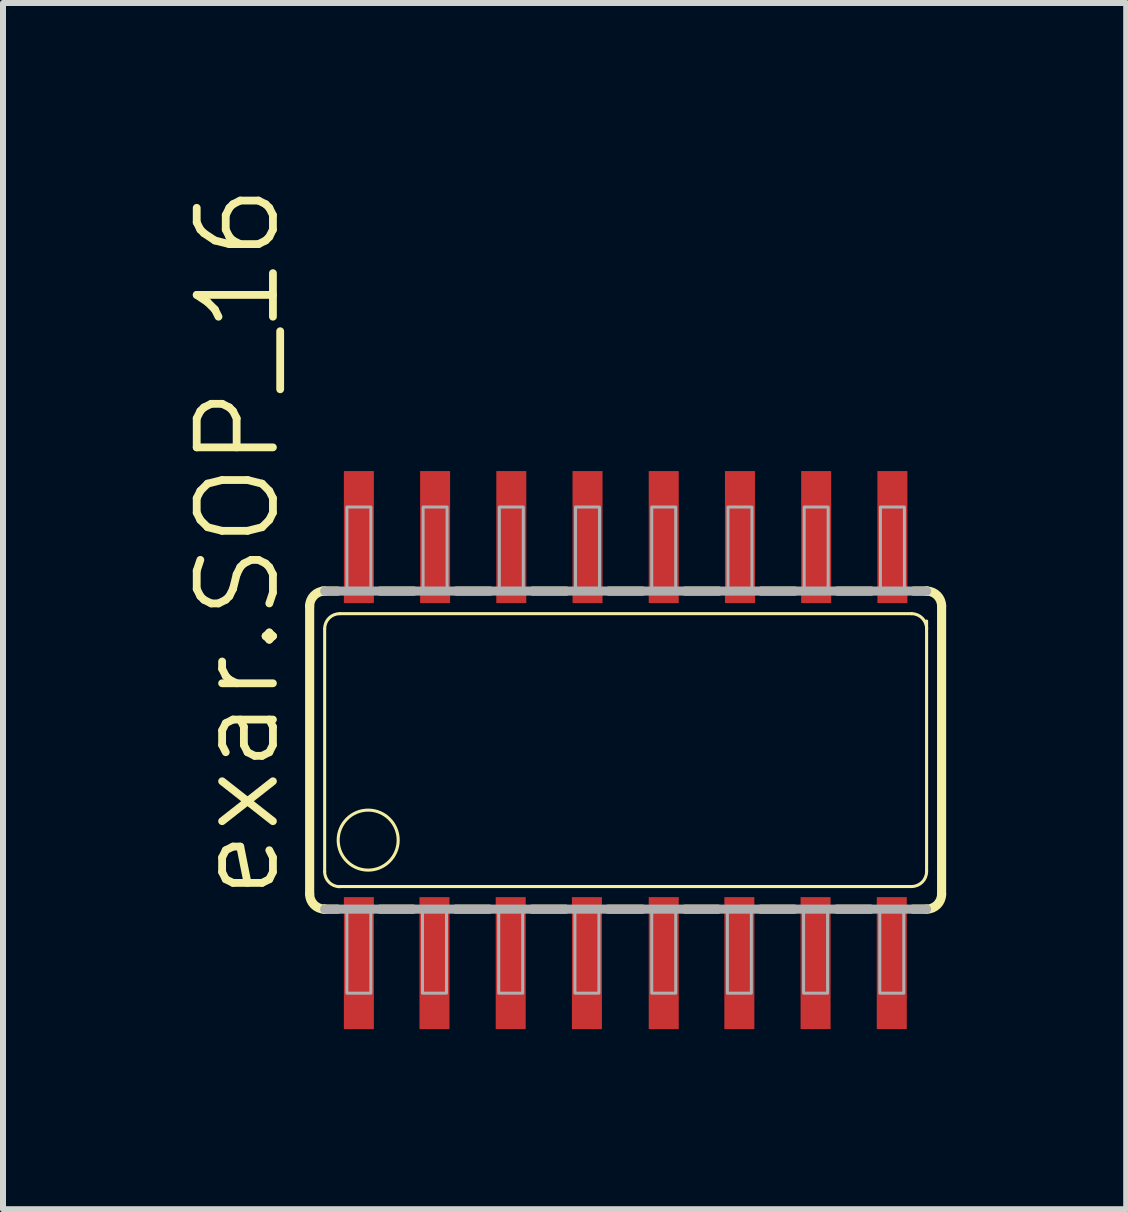
<source format=kicad_pcb>
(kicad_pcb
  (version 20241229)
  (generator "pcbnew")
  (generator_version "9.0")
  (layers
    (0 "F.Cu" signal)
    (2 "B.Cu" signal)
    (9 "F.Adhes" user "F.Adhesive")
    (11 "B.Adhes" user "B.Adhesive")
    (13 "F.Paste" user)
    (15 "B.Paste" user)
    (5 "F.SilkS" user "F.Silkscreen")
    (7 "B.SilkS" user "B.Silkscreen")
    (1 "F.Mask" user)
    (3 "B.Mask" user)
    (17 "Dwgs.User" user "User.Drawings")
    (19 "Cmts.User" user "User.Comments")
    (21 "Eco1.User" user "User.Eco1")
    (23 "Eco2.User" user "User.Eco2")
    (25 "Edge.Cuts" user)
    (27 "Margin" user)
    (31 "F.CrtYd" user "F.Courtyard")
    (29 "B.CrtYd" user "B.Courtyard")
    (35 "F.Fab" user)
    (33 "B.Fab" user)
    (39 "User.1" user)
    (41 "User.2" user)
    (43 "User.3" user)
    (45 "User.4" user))
  (footprint "exar.SOP_16"
    (layer "F.Cu")
    (at 7.375 9.449)
    (property "Reference" "exar.SOP_16" (at -5.715 2.54 90) (layer "F.SilkS") (effects (font (size 1.27 1.27) (thickness 0.13)) (justify left bottom)))
    (attr smd)
    (fp_line (start -5.265 2.4) (end -5.265 -2.4) (stroke (width 0.152) (type default)) (layer "F.SilkS"))
    (fp_line (start -5.05 -2.65) (end -4.801 -2.65) (stroke (width 0.152) (type default)) (layer "F.SilkS"))
    (fp_line (start -5.02 2.65) (end -4.801 2.65) (stroke (width 0.152) (type default)) (layer "F.SilkS"))
    (fp_line (start -5.015 2.026) (end -5.015 -2.023) (stroke (width 0.051) (type default)) (layer "F.SilkS"))
    (fp_line (start -4.764 -2.273) (end 4.765 -2.273) (stroke (width 0.051) (type default)) (layer "F.SilkS"))
    (fp_line (start -4.089 -2.65) (end -3.531 -2.65) (stroke (width 0.152) (type default)) (layer "F.SilkS"))
    (fp_line (start -4.089 2.65) (end -3.541 2.65) (stroke (width 0.152) (type default)) (layer "F.SilkS"))
    (fp_line (start -2.829 2.65) (end -2.271 2.65) (stroke (width 0.152) (type default)) (layer "F.SilkS"))
    (fp_line (start -2.819 -2.65) (end -2.261 -2.65) (stroke (width 0.152) (type default)) (layer "F.SilkS"))
    (fp_line (start -1.559 2.65) (end -1.001 2.65) (stroke (width 0.152) (type default)) (layer "F.SilkS"))
    (fp_line (start -1.549 -2.65) (end -0.991 -2.65) (stroke (width 0.152) (type default)) (layer "F.SilkS"))
    (fp_line (start -0.289 2.65) (end 0.279 2.65) (stroke (width 0.152) (type default)) (layer "F.SilkS"))
    (fp_line (start 0.279 -2.65) (end -0.279 -2.65) (stroke (width 0.152) (type default)) (layer "F.SilkS"))
    (fp_line (start 0.991 -2.65) (end 1.549 -2.65) (stroke (width 0.152) (type default)) (layer "F.SilkS"))
    (fp_line (start 0.991 2.65) (end 1.539 2.65) (stroke (width 0.152) (type default)) (layer "F.SilkS"))
    (fp_line (start 2.251 2.65) (end 2.809 2.65) (stroke (width 0.152) (type default)) (layer "F.SilkS"))
    (fp_line (start 2.819 -2.65) (end 2.261 -2.65) (stroke (width 0.152) (type default)) (layer "F.SilkS"))
    (fp_line (start 3.521 2.65) (end 4.079 2.65) (stroke (width 0.152) (type default)) (layer "F.SilkS"))
    (fp_line (start 4.089 -2.65) (end 3.531 -2.65) (stroke (width 0.152) (type default)) (layer "F.SilkS"))
    (fp_line (start 4.765 2.273) (end -4.77 2.273) (stroke (width 0.051) (type default)) (layer "F.SilkS"))
    (fp_line (start 4.791 2.65) (end 5.01 2.65) (stroke (width 0.152) (type default)) (layer "F.SilkS"))
    (fp_line (start 5.015 -2.15) (end 5.015 -2.023) (stroke (width 0.051) (type default)) (layer "F.SilkS"))
    (fp_line (start 5.015 -2.023) (end 5.015 2.023) (stroke (width 0.051) (type default)) (layer "F.SilkS"))
    (fp_line (start 5.02 -2.65) (end 4.801 -2.65) (stroke (width 0.152) (type default)) (layer "F.SilkS"))
    (fp_line (start 5.265 -2.4) (end 5.265 2.4) (stroke (width 0.152) (type default)) (layer "F.SilkS"))
    (fp_arc (start -5.265 -2.4) (mid -5.191777 -2.576777) (end -5.015 -2.65) (stroke (width 0.1524) (type default)) (layer "F.SilkS"))
    (fp_arc (start -5.02 2.65) (mid -5.193553 2.575032) (end -5.265 2.4) (stroke (width 0.1524) (type default)) (layer "F.SilkS"))
    (fp_arc (start -5.015 -2.023) (mid -4.941435 -2.200201) (end -4.764 -2.2732) (stroke (width 0.0508) (type default)) (layer "F.SilkS"))
    (fp_arc (start -5.015 2.65) (mid -5.0175 2.650012) (end -5.02 2.65) (stroke (width 0.1524) (type default)) (layer "F.SilkS"))
    (fp_arc (start -4.765 2.276) (mid -4.941777 2.202777) (end -5.015 2.026) (stroke (width 0.0508) (type default)) (layer "F.SilkS"))
    (fp_arc (start 4.765 -2.273) (mid 4.941777 -2.199777) (end 5.015 -2.023) (stroke (width 0.0508) (type default)) (layer "F.SilkS"))
    (fp_arc (start 5.015 -2.65) (mid 5.0175 -2.650012) (end 5.02 -2.65) (stroke (width 0.1524) (type default)) (layer "F.SilkS"))
    (fp_arc (start 5.015 2.023) (mid 4.941777 2.199777) (end 4.765 2.273) (stroke (width 0.0508) (type default)) (layer "F.SilkS"))
    (fp_arc (start 5.02 -2.65) (mid 5.193553 -2.575032) (end 5.265 -2.4) (stroke (width 0.1524) (type default)) (layer "F.SilkS"))
    (fp_arc (start 5.265 2.4) (mid 5.191777 2.576777) (end 5.015 2.65) (stroke (width 0.1524) (type default)) (layer "F.SilkS"))
    (fp_circle (center -4.29 1.5) (end -3.79 1.5) (stroke (width 0.051) (type default)) (fill no) (layer "F.SilkS"))
    (fp_line (start -5.015 -2.65) (end 5.015 -2.65) (stroke (width 0.152) (type default)) (layer "F.Fab"))
    (fp_line (start 5.015 2.65) (end -5.015 2.65) (stroke (width 0.152) (type default)) (layer "F.Fab"))
    (fp_rect (start -4.645 -2.65) (end -4.245 -4.05) (stroke (width 0.05) (type default)) (fill no) (layer "F.Fab"))
    (fp_rect (start -4.645 4.05) (end -4.245 2.65) (stroke (width 0.05) (type default)) (fill no) (layer "F.Fab"))
    (fp_rect (start -3.385 4.05) (end -2.985 2.65) (stroke (width 0.05) (type default)) (fill no) (layer "F.Fab"))
    (fp_rect (start -3.375 -2.65) (end -2.975 -4.05) (stroke (width 0.05) (type default)) (fill no) (layer "F.Fab"))
    (fp_rect (start -2.115 4.05) (end -1.715 2.65) (stroke (width 0.05) (type default)) (fill no) (layer "F.Fab"))
    (fp_rect (start -2.105 -2.65) (end -1.705 -4.05) (stroke (width 0.05) (type default)) (fill no) (layer "F.Fab"))
    (fp_rect (start -0.845 4.05) (end -0.445 2.65) (stroke (width 0.05) (type default)) (fill no) (layer "F.Fab"))
    (fp_rect (start -0.835 -2.65) (end -0.435 -4.05) (stroke (width 0.05) (type default)) (fill no) (layer "F.Fab"))
    (fp_rect (start 0.435 -2.65) (end 0.835 -4.05) (stroke (width 0.05) (type default)) (fill no) (layer "F.Fab"))
    (fp_rect (start 0.435 4.05) (end 0.835 2.65) (stroke (width 0.05) (type default)) (fill no) (layer "F.Fab"))
    (fp_rect (start 1.695 4.05) (end 2.095 2.65) (stroke (width 0.05) (type default)) (fill no) (layer "F.Fab"))
    (fp_rect (start 1.705 -2.65) (end 2.105 -4.05) (stroke (width 0.05) (type default)) (fill no) (layer "F.Fab"))
    (fp_rect (start 2.965 4.05) (end 3.365 2.65) (stroke (width 0.05) (type default)) (fill no) (layer "F.Fab"))
    (fp_rect (start 2.975 -2.65) (end 3.375 -4.05) (stroke (width 0.05) (type default)) (fill no) (layer "F.Fab"))
    (fp_rect (start 4.235 4.05) (end 4.635 2.65) (stroke (width 0.05) (type default)) (fill no) (layer "F.Fab"))
    (fp_rect (start 4.245 -2.65) (end 4.645 -4.05) (stroke (width 0.05) (type default)) (fill no) (layer "F.Fab"))
    (pad "1" smd roundrect (at -4.445 3.55) (size 0.5 2.2) (layers "F.Cu" "F.Mask" "F.Paste") (roundrect_rratio 0.01))
    (pad "2" smd roundrect (at -3.185 3.55) (size 0.5 2.2) (layers "F.Cu" "F.Mask" "F.Paste") (roundrect_rratio 0.01))
    (pad "3" smd roundrect (at -1.915 3.55) (size 0.5 2.2) (layers "F.Cu" "F.Mask" "F.Paste") (roundrect_rratio 0.01))
    (pad "4" smd roundrect (at -0.645 3.55) (size 0.5 2.2) (layers "F.Cu" "F.Mask" "F.Paste") (roundrect_rratio 0.01))
    (pad "5" smd roundrect (at 0.635 3.55) (size 0.5 2.2) (layers "F.Cu" "F.Mask" "F.Paste") (roundrect_rratio 0.01))
    (pad "6" smd roundrect (at 1.895 3.55) (size 0.5 2.2) (layers "F.Cu" "F.Mask" "F.Paste") (roundrect_rratio 0.01))
    (pad "7" smd roundrect (at 3.165 3.55) (size 0.5 2.2) (layers "F.Cu" "F.Mask" "F.Paste") (roundrect_rratio 0.01))
    (pad "8" smd roundrect (at 4.435 3.55) (size 0.5 2.2) (layers "F.Cu" "F.Mask" "F.Paste") (roundrect_rratio 0.01))
    (pad "9" smd roundrect (at 4.445 -3.55) (size 0.5 2.2) (layers "F.Cu" "F.Mask" "F.Paste") (roundrect_rratio 0.01))
    (pad "10" smd roundrect (at 3.175 -3.55) (size 0.5 2.2) (layers "F.Cu" "F.Mask" "F.Paste") (roundrect_rratio 0.01))
    (pad "11" smd roundrect (at 1.905 -3.55) (size 0.5 2.2) (layers "F.Cu" "F.Mask" "F.Paste") (roundrect_rratio 0.01))
    (pad "12" smd roundrect (at 0.635 -3.55) (size 0.5 2.2) (layers "F.Cu" "F.Mask" "F.Paste") (roundrect_rratio 0.01))
    (pad "13" smd roundrect (at -0.635 -3.55) (size 0.5 2.2) (layers "F.Cu" "F.Mask" "F.Paste") (roundrect_rratio 0.01))
    (pad "14" smd roundrect (at -1.905 -3.55) (size 0.5 2.2) (layers "F.Cu" "F.Mask" "F.Paste") (roundrect_rratio 0.01))
    (pad "15" smd roundrect (at -3.175 -3.55) (size 0.5 2.2) (layers "F.Cu" "F.Mask" "F.Paste") (roundrect_rratio 0.01))
    (pad "16" smd roundrect (at -4.445 -3.55) (size 0.5 2.2) (layers "F.Cu" "F.Mask" "F.Paste") (roundrect_rratio 0.01)))
  (gr_rect
    (start -3 -3)
    (end 15.716 17.099)
    (stroke (width 0.1) (type default))
    (fill no)
    (layer "Edge.Cuts")))
</source>
